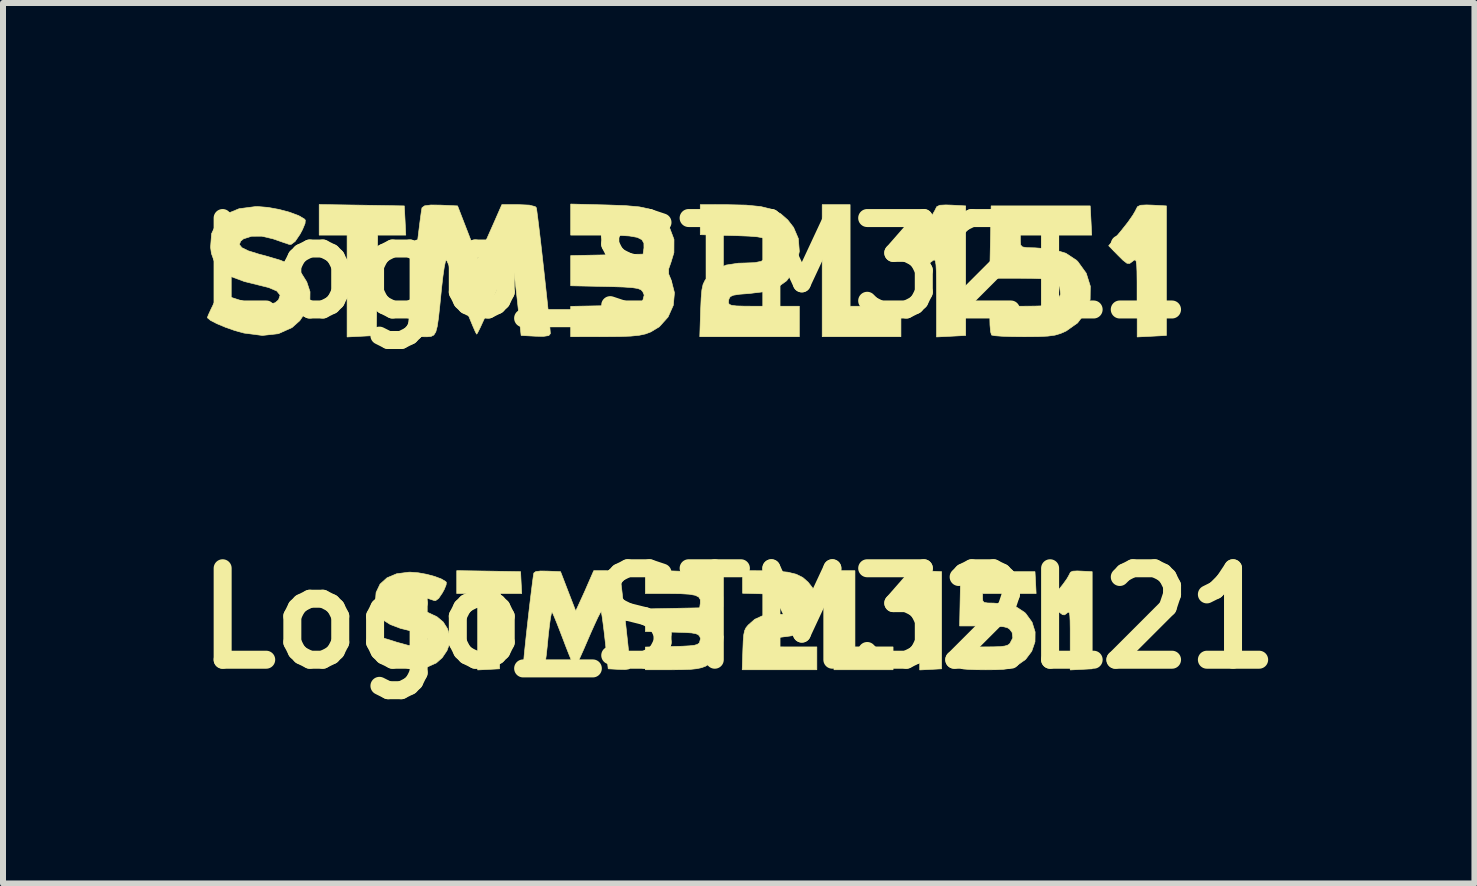
<source format=kicad_pcb>
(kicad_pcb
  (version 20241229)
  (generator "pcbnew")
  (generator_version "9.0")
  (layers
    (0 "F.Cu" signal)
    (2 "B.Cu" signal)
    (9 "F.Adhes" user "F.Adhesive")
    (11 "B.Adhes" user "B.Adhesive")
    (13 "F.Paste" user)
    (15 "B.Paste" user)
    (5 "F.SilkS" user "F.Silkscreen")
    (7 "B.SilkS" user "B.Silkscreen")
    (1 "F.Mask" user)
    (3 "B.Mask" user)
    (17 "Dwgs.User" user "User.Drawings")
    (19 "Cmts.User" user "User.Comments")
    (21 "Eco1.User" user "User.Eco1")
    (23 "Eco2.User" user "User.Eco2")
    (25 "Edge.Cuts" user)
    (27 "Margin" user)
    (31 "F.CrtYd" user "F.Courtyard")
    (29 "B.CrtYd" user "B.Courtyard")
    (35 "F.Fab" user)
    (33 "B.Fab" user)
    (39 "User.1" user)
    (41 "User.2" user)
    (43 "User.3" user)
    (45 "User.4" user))
  (footprint "Logo_STM32L21"
    (layer "F.Cu")
    (at 9.26 7.254)
    (property "Reference" "Logo_STM32L21" (at 0 0 0) (layer "F.SilkS") (effects (font (size 1.524 1.524) (thickness 0.3))))
    (attr through_hole)
    (fp_poly (pts (xy 1.937 0.476) (xy 2.572 0.476) (xy 2.572 0.857) (xy 1.587 0.857) (xy 1.587 -0.794) (xy 1.937 -0.794) (xy 1.937 0.476)) (stroke (width 0.01) (type solid)) (fill yes) (layer "F.SilkS"))
    (fp_poly (pts (xy -4.167 -0.787) (xy -3.635 -0.778) (xy -3.626 -0.595) (xy -3.616 -0.413) (xy -3.792 -0.413) (xy -3.967 -0.413) (xy -3.976 0.214) (xy -3.985 0.841) (xy -4.167 0.851) (xy -4.35 0.86) (xy -4.35 -0.413) (xy -4.699 -0.413) (xy -4.699 -0.795) (xy -4.167 -0.787)) (stroke (width 0.01) (type solid)) (fill yes) (layer "F.SilkS"))
    (fp_poly (pts (xy 3.201 -0.787) (xy 3.381 -0.778) (xy 3.381 0.841) (xy 3.199 0.851) (xy 3.016 0.86) (xy 3.016 0.362) (xy 3.016 0.175) (xy 3.014 0.043) (xy 3.01 -0.042) (xy 3.003 -0.088) (xy 2.99 -0.104) (xy 2.973 -0.097) (xy 2.959 -0.085) (xy 2.922 -0.058) (xy 2.888 -0.061) (xy 2.839 -0.098) (xy 2.781 -0.156) (xy 2.66 -0.28) (xy 2.82 -0.472) (xy 2.899 -0.572) (xy 2.962 -0.662) (xy 2.998 -0.724) (xy 3 -0.73) (xy 3.02 -0.768) (xy 3.058 -0.786) (xy 3.133 -0.79) (xy 3.201 -0.787)) (stroke (width 0.01) (type solid)) (fill yes) (layer "F.SilkS"))
    (fp_poly (pts (xy 5.71 -0.787) (xy 5.89 -0.778) (xy 5.89 0.841) (xy 5.707 0.851) (xy 5.524 0.86) (xy 5.524 0.362) (xy 5.524 0.175) (xy 5.522 0.043) (xy 5.518 -0.042) (xy 5.511 -0.088) (xy 5.499 -0.104) (xy 5.481 -0.097) (xy 5.467 -0.085) (xy 5.43 -0.058) (xy 5.396 -0.061) (xy 5.347 -0.098) (xy 5.289 -0.156) (xy 5.168 -0.28) (xy 5.328 -0.472) (xy 5.407 -0.572) (xy 5.471 -0.662) (xy 5.506 -0.724) (xy 5.509 -0.73) (xy 5.528 -0.768) (xy 5.567 -0.786) (xy 5.641 -0.79) (xy 5.71 -0.787)) (stroke (width 0.01) (type solid)) (fill yes) (layer "F.SilkS"))
    (fp_poly (pts (xy 4.947 -0.595) (xy 4.956 -0.413) (xy 4.064 -0.413) (xy 4.064 -0.333) (xy 4.068 -0.289) (xy 4.091 -0.265) (xy 4.148 -0.256) (xy 4.247 -0.254) (xy 4.463 -0.237) (xy 4.632 -0.186) (xy 4.765 -0.098) (xy 4.782 -0.082) (xy 4.888 0.064) (xy 4.939 0.226) (xy 4.937 0.391) (xy 4.883 0.548) (xy 4.78 0.685) (xy 4.636 0.786) (xy 4.567 0.817) (xy 4.496 0.838) (xy 4.408 0.85) (xy 4.287 0.856) (xy 4.119 0.857) (xy 4.11 0.857) (xy 3.96 0.856) (xy 3.833 0.851) (xy 3.744 0.844) (xy 3.704 0.836) (xy 3.704 0.836) (xy 3.692 0.795) (xy 3.685 0.712) (xy 3.683 0.646) (xy 3.683 0.476) (xy 4.075 0.476) (xy 4.243 0.475) (xy 4.36 0.471) (xy 4.436 0.461) (xy 4.484 0.446) (xy 4.516 0.422) (xy 4.519 0.418) (xy 4.567 0.327) (xy 4.556 0.236) (xy 4.514 0.18) (xy 4.477 0.156) (xy 4.419 0.141) (xy 4.329 0.132) (xy 4.195 0.128) (xy 4.069 0.127) (xy 3.681 0.127) (xy 3.69 -0.325) (xy 3.699 -0.778) (xy 4.937 -0.778) (xy 4.947 -0.595)) (stroke (width 0.01) (type solid)) (fill yes) (layer "F.SilkS"))
    (fp_poly (pts (xy -1.087 -0.789) (xy -0.867 -0.781) (xy -0.699 -0.765) (xy -0.574 -0.74) (xy -0.481 -0.7) (xy -0.41 -0.642) (xy -0.35 -0.563) (xy -0.326 -0.522) (xy -0.265 -0.36) (xy -0.265 -0.194) (xy -0.302 -0.072) (xy -0.332 0.011) (xy -0.33 0.074) (xy -0.299 0.153) (xy -0.258 0.307) (xy -0.273 0.464) (xy -0.338 0.611) (xy -0.447 0.732) (xy -0.552 0.797) (xy -0.619 0.822) (xy -0.699 0.839) (xy -0.804 0.85) (xy -0.947 0.855) (xy -1.119 0.857) (xy -1.556 0.857) (xy -1.556 0.478) (xy -1.123 0.469) (xy -0.945 0.465) (xy -0.821 0.458) (xy -0.739 0.449) (xy -0.689 0.434) (xy -0.661 0.414) (xy -0.654 0.405) (xy -0.636 0.336) (xy -0.654 0.294) (xy -0.677 0.271) (xy -0.717 0.255) (xy -0.785 0.243) (xy -0.892 0.236) (xy -1.049 0.231) (xy -1.123 0.229) (xy -1.556 0.22) (xy -1.556 -0.157) (xy -1.103 -0.166) (xy -0.651 -0.175) (xy -0.64 -0.252) (xy -0.64 -0.312) (xy -0.666 -0.355) (xy -0.724 -0.384) (xy -0.824 -0.402) (xy -0.972 -0.411) (xy -1.149 -0.413) (xy -1.556 -0.413) (xy -1.556 -0.801) (xy -1.087 -0.789)) (stroke (width 0.01) (type solid)) (fill yes) (layer "F.SilkS"))
    (fp_poly (pts (xy 0.405 -0.793) (xy 0.638 -0.787) (xy 0.819 -0.769) (xy 0.958 -0.735) (xy 1.068 -0.68) (xy 1.157 -0.602) (xy 1.23 -0.508) (xy 1.289 -0.37) (xy 1.302 -0.209) (xy 1.269 -0.046) (xy 1.232 0.037) (xy 1.143 0.157) (xy 1.03 0.24) (xy 0.88 0.291) (xy 0.683 0.317) (xy 0.556 0.327) (xy 0.479 0.338) (xy 0.439 0.356) (xy 0.422 0.386) (xy 0.418 0.405) (xy 0.416 0.433) (xy 0.425 0.453) (xy 0.455 0.465) (xy 0.515 0.472) (xy 0.615 0.475) (xy 0.764 0.476) (xy 0.855 0.476) (xy 1.302 0.476) (xy 1.302 0.857) (xy 0.058 0.857) (xy 0.069 0.526) (xy 0.075 0.375) (xy 0.084 0.272) (xy 0.099 0.203) (xy 0.123 0.154) (xy 0.159 0.111) (xy 0.267 0.016) (xy 0.387 -0.039) (xy 0.539 -0.062) (xy 0.618 -0.064) (xy 0.742 -0.068) (xy 0.823 -0.084) (xy 0.878 -0.116) (xy 0.889 -0.127) (xy 0.944 -0.204) (xy 0.941 -0.278) (xy 0.907 -0.335) (xy 0.882 -0.361) (xy 0.842 -0.38) (xy 0.776 -0.392) (xy 0.673 -0.4) (xy 0.522 -0.406) (xy 0.463 -0.407) (xy 0.064 -0.418) (xy 0.064 -0.794) (xy 0.405 -0.793)) (stroke (width 0.01) (type solid)) (fill yes) (layer "F.SilkS"))
    (fp_poly (pts (xy -5.339 -0.759) (xy -5.2 -0.734) (xy -5.066 -0.698) (xy -4.955 -0.656) (xy -4.884 -0.614) (xy -4.872 -0.6) (xy -4.876 -0.558) (xy -4.907 -0.482) (xy -4.938 -0.425) (xy -5 -0.333) (xy -5.05 -0.296) (xy -5.075 -0.297) (xy -5.135 -0.317) (xy -5.228 -0.349) (xy -5.278 -0.367) (xy -5.416 -0.399) (xy -5.545 -0.398) (xy -5.645 -0.366) (xy -5.68 -0.337) (xy -5.696 -0.295) (xy -5.666 -0.255) (xy -5.584 -0.216) (xy -5.447 -0.174) (xy -5.379 -0.156) (xy -5.176 -0.096) (xy -5.028 -0.026) (xy -4.924 0.061) (xy -4.854 0.172) (xy -4.814 0.295) (xy -4.815 0.41) (xy -4.861 0.537) (xy -4.941 0.656) (xy -5.039 0.743) (xy -5.208 0.819) (xy -5.408 0.842) (xy -5.639 0.812) (xy -5.752 0.781) (xy -5.87 0.739) (xy -5.977 0.695) (xy -6.057 0.653) (xy -6.095 0.622) (xy -6.096 0.617) (xy -6.083 0.584) (xy -6.052 0.516) (xy -6.013 0.435) (xy -5.977 0.364) (xy -5.954 0.325) (xy -5.953 0.324) (xy -5.922 0.329) (xy -5.845 0.351) (xy -5.737 0.385) (xy -5.698 0.398) (xy -5.504 0.451) (xy -5.355 0.462) (xy -5.249 0.432) (xy -5.206 0.396) (xy -5.187 0.338) (xy -5.229 0.286) (xy -5.332 0.243) (xy -5.408 0.224) (xy -5.634 0.168) (xy -5.804 0.104) (xy -5.925 0.028) (xy -6.003 -0.066) (xy -6.046 -0.183) (xy -6.056 -0.261) (xy -6.043 -0.431) (xy -5.977 -0.57) (xy -5.861 -0.675) (xy -5.7 -0.743) (xy -5.497 -0.769) (xy -5.466 -0.769) (xy -5.339 -0.759)) (stroke (width 0.01) (type solid)) (fill yes) (layer "F.SilkS"))
    (fp_poly (pts (xy -2.072 -0.787) (xy -1.998 -0.769) (xy -1.985 -0.754) (xy -1.978 -0.714) (xy -1.966 -0.622) (xy -1.95 -0.488) (xy -1.931 -0.323) (xy -1.91 -0.138) (xy -1.888 0.057) (xy -1.867 0.25) (xy -1.847 0.432) (xy -1.831 0.59) (xy -1.818 0.715) (xy -1.811 0.796) (xy -1.81 0.819) (xy -1.829 0.843) (xy -1.895 0.853) (xy -1.992 0.851) (xy -2.175 0.841) (xy -2.226 0.372) (xy -2.245 0.207) (xy -2.263 0.065) (xy -2.278 -0.042) (xy -2.289 -0.103) (xy -2.292 -0.112) (xy -2.309 -0.089) (xy -2.346 -0.018) (xy -2.398 0.094) (xy -2.462 0.236) (xy -2.511 0.349) (xy -2.58 0.509) (xy -2.641 0.645) (xy -2.69 0.75) (xy -2.721 0.812) (xy -2.731 0.825) (xy -2.747 0.797) (xy -2.78 0.72) (xy -2.828 0.603) (xy -2.885 0.458) (xy -2.917 0.373) (xy -2.978 0.214) (xy -3.032 0.076) (xy -3.075 -0.029) (xy -3.103 -0.092) (xy -3.11 -0.104) (xy -3.121 -0.084) (xy -3.136 -0.012) (xy -3.152 0.102) (xy -3.169 0.245) (xy -3.171 0.261) (xy -3.191 0.469) (xy -3.208 0.622) (xy -3.223 0.729) (xy -3.242 0.797) (xy -3.267 0.836) (xy -3.301 0.854) (xy -3.348 0.858) (xy -3.412 0.857) (xy -3.417 0.857) (xy -3.515 0.855) (xy -3.566 0.844) (xy -3.585 0.816) (xy -3.588 0.779) (xy -3.584 0.721) (xy -3.575 0.614) (xy -3.56 0.469) (xy -3.542 0.296) (xy -3.521 0.107) (xy -3.499 -0.087) (xy -3.477 -0.275) (xy -3.456 -0.447) (xy -3.438 -0.591) (xy -3.424 -0.696) (xy -3.415 -0.751) (xy -3.413 -0.756) (xy -3.382 -0.779) (xy -3.303 -0.789) (xy -3.184 -0.787) (xy -2.969 -0.778) (xy -2.843 -0.45) (xy -2.716 -0.122) (xy -2.66 -0.244) (xy -2.618 -0.336) (xy -2.562 -0.459) (xy -2.51 -0.579) (xy -2.416 -0.794) (xy -2.207 -0.794) (xy -2.072 -0.787)) (stroke (width 0.01) (type solid)) (fill yes) (layer "F.SilkS")))
  (footprint "Logo_STM32L1"
    (layer "F.Cu")
    (at 8.534 1.418)
    (property "Reference" "Logo_STM32L1" (at 0 0 0) (layer "F.SilkS") (effects (font (size 1.524 1.524) (thickness 0.3))))
    (attr through_hole)
    (fp_poly (pts (xy 2.582 0.635) (xy 3.429 0.635) (xy 3.429 1.143) (xy 2.117 1.143) (xy 2.117 -1.058) (xy 2.582 -1.058) (xy 2.582 0.635)) (stroke (width 0.01) (type solid)) (fill yes) (layer "F.SilkS"))
    (fp_poly (pts (xy -5.556 -1.049) (xy -4.847 -1.037) (xy -4.834 -0.794) (xy -4.822 -0.55) (xy -5.29 -0.55) (xy -5.301 0.286) (xy -5.313 1.122) (xy -5.556 1.135) (xy -5.8 1.147) (xy -5.8 -0.55) (xy -6.265 -0.55) (xy -6.265 -1.06) (xy -5.556 -1.049)) (stroke (width 0.01) (type solid)) (fill yes) (layer "F.SilkS"))
    (fp_poly (pts (xy 4.269 -1.05) (xy 4.508 -1.037) (xy 4.508 1.122) (xy 4.265 1.135) (xy 4.022 1.147) (xy 4.022 0.482) (xy 4.021 0.233) (xy 4.019 0.057) (xy 4.013 -0.056) (xy 4.003 -0.118) (xy 3.987 -0.138) (xy 3.964 -0.129) (xy 3.945 -0.113) (xy 3.896 -0.078) (xy 3.85 -0.081) (xy 3.785 -0.131) (xy 3.707 -0.208) (xy 3.546 -0.373) (xy 3.759 -0.629) (xy 3.865 -0.763) (xy 3.95 -0.883) (xy 3.997 -0.965) (xy 4.001 -0.974) (xy 4.026 -1.024) (xy 4.078 -1.048) (xy 4.177 -1.053) (xy 4.269 -1.05)) (stroke (width 0.01) (type solid)) (fill yes) (layer "F.SilkS"))
    (fp_poly (pts (xy 7.613 -1.05) (xy 7.853 -1.037) (xy 7.853 1.122) (xy 7.609 1.135) (xy 7.366 1.147) (xy 7.366 0.482) (xy 7.366 0.233) (xy 7.363 0.057) (xy 7.358 -0.056) (xy 7.348 -0.118) (xy 7.332 -0.138) (xy 7.308 -0.129) (xy 7.289 -0.113) (xy 7.241 -0.078) (xy 7.195 -0.081) (xy 7.13 -0.131) (xy 7.052 -0.208) (xy 6.891 -0.373) (xy 7.104 -0.629) (xy 7.21 -0.763) (xy 7.294 -0.883) (xy 7.342 -0.965) (xy 7.345 -0.974) (xy 7.371 -1.024) (xy 7.422 -1.048) (xy 7.522 -1.053) (xy 7.613 -1.05)) (stroke (width 0.01) (type solid)) (fill yes) (layer "F.SilkS"))
    (fp_poly (pts (xy 6.596 -0.794) (xy 6.608 -0.55) (xy 5.419 -0.55) (xy 5.419 -0.445) (xy 5.424 -0.385) (xy 5.455 -0.353) (xy 5.531 -0.341) (xy 5.662 -0.338) (xy 5.95 -0.316) (xy 6.177 -0.248) (xy 6.354 -0.131) (xy 6.376 -0.11) (xy 6.517 0.085) (xy 6.585 0.301) (xy 6.582 0.521) (xy 6.51 0.731) (xy 6.373 0.913) (xy 6.182 1.048) (xy 6.09 1.089) (xy 5.995 1.117) (xy 5.877 1.133) (xy 5.716 1.141) (xy 5.492 1.143) (xy 5.48 1.143) (xy 5.28 1.141) (xy 5.111 1.135) (xy 4.992 1.126) (xy 4.939 1.115) (xy 4.939 1.115) (xy 4.923 1.06) (xy 4.913 0.949) (xy 4.911 0.861) (xy 4.911 0.635) (xy 5.433 0.635) (xy 5.658 0.633) (xy 5.813 0.628) (xy 5.915 0.615) (xy 5.979 0.594) (xy 6.021 0.563) (xy 6.026 0.558) (xy 6.089 0.437) (xy 6.074 0.314) (xy 6.019 0.239) (xy 5.969 0.209) (xy 5.892 0.188) (xy 5.772 0.176) (xy 5.593 0.17) (xy 5.425 0.169) (xy 4.908 0.169) (xy 4.92 -0.434) (xy 4.932 -1.037) (xy 6.583 -1.037) (xy 6.596 -0.794)) (stroke (width 0.01) (type solid)) (fill yes) (layer "F.SilkS"))
    (fp_poly (pts (xy -1.45 -1.052) (xy -1.156 -1.041) (xy -0.932 -1.021) (xy -0.765 -0.986) (xy -0.641 -0.933) (xy -0.546 -0.856) (xy -0.467 -0.751) (xy -0.435 -0.696) (xy -0.353 -0.479) (xy -0.354 -0.258) (xy -0.403 -0.097) (xy -0.442 0.014) (xy -0.441 0.099) (xy -0.398 0.204) (xy -0.345 0.41) (xy -0.364 0.619) (xy -0.451 0.814) (xy -0.596 0.976) (xy -0.737 1.062) (xy -0.826 1.096) (xy -0.932 1.119) (xy -1.072 1.133) (xy -1.263 1.14) (xy -1.492 1.142) (xy -2.074 1.143) (xy -2.074 0.637) (xy -1.497 0.626) (xy -1.26 0.619) (xy -1.094 0.611) (xy -0.985 0.598) (xy -0.919 0.579) (xy -0.882 0.552) (xy -0.873 0.54) (xy -0.849 0.449) (xy -0.873 0.392) (xy -0.902 0.361) (xy -0.956 0.339) (xy -1.047 0.325) (xy -1.19 0.315) (xy -1.398 0.308) (xy -1.497 0.306) (xy -2.074 0.294) (xy -2.074 -0.209) (xy -1.471 -0.221) (xy -0.868 -0.233) (xy -0.853 -0.336) (xy -0.854 -0.416) (xy -0.888 -0.474) (xy -0.966 -0.513) (xy -1.098 -0.536) (xy -1.296 -0.548) (xy -1.532 -0.55) (xy -2.074 -0.55) (xy -2.074 -1.068) (xy -1.45 -1.052)) (stroke (width 0.01) (type solid)) (fill yes) (layer "F.SilkS"))
    (fp_poly (pts (xy 0.54 -1.057) (xy 0.85 -1.05) (xy 1.092 -1.026) (xy 1.278 -0.98) (xy 1.424 -0.907) (xy 1.543 -0.803) (xy 1.64 -0.678) (xy 1.719 -0.494) (xy 1.736 -0.279) (xy 1.692 -0.061) (xy 1.642 0.049) (xy 1.525 0.21) (xy 1.373 0.32) (xy 1.173 0.389) (xy 0.911 0.422) (xy 0.741 0.435) (xy 0.639 0.451) (xy 0.585 0.475) (xy 0.563 0.514) (xy 0.558 0.54) (xy 0.555 0.577) (xy 0.567 0.603) (xy 0.607 0.62) (xy 0.687 0.63) (xy 0.82 0.634) (xy 1.019 0.635) (xy 1.14 0.635) (xy 1.736 0.635) (xy 1.736 1.143) (xy 0.077 1.143) (xy 0.091 0.702) (xy 0.1 0.5) (xy 0.112 0.363) (xy 0.132 0.271) (xy 0.163 0.206) (xy 0.212 0.147) (xy 0.356 0.022) (xy 0.516 -0.051) (xy 0.719 -0.082) (xy 0.823 -0.085) (xy 0.99 -0.091) (xy 1.097 -0.112) (xy 1.17 -0.155) (xy 1.185 -0.169) (xy 1.259 -0.272) (xy 1.255 -0.371) (xy 1.21 -0.447) (xy 1.176 -0.482) (xy 1.122 -0.506) (xy 1.035 -0.522) (xy 0.898 -0.533) (xy 0.696 -0.541) (xy 0.617 -0.543) (xy 0.085 -0.557) (xy 0.085 -1.058) (xy 0.54 -1.057)) (stroke (width 0.01) (type solid)) (fill yes) (layer "F.SilkS"))
    (fp_poly (pts (xy -7.119 -1.012) (xy -6.933 -0.978) (xy -6.755 -0.93) (xy -6.607 -0.875) (xy -6.512 -0.819) (xy -6.496 -0.8) (xy -6.501 -0.744) (xy -6.543 -0.643) (xy -6.584 -0.566) (xy -6.666 -0.445) (xy -6.733 -0.395) (xy -6.767 -0.396) (xy -6.847 -0.423) (xy -6.97 -0.466) (xy -7.037 -0.489) (xy -7.222 -0.532) (xy -7.393 -0.531) (xy -7.526 -0.488) (xy -7.574 -0.449) (xy -7.595 -0.393) (xy -7.554 -0.341) (xy -7.446 -0.288) (xy -7.262 -0.231) (xy -7.172 -0.208) (xy -6.902 -0.128) (xy -6.704 -0.035) (xy -6.565 0.081) (xy -6.472 0.23) (xy -6.418 0.393) (xy -6.42 0.546) (xy -6.481 0.716) (xy -6.588 0.875) (xy -6.718 0.991) (xy -6.944 1.092) (xy -7.211 1.122) (xy -7.519 1.082) (xy -7.669 1.041) (xy -7.826 0.986) (xy -7.969 0.926) (xy -8.076 0.871) (xy -8.126 0.829) (xy -8.128 0.823) (xy -8.111 0.778) (xy -8.069 0.687) (xy -8.017 0.58) (xy -7.969 0.486) (xy -7.939 0.434) (xy -7.938 0.432) (xy -7.896 0.439) (xy -7.793 0.468) (xy -7.65 0.514) (xy -7.597 0.531) (xy -7.338 0.601) (xy -7.14 0.616) (xy -6.999 0.577) (xy -6.942 0.528) (xy -6.916 0.45) (xy -6.972 0.381) (xy -7.109 0.323) (xy -7.21 0.298) (xy -7.512 0.223) (xy -7.739 0.139) (xy -7.9 0.037) (xy -8.004 -0.088) (xy -8.061 -0.244) (xy -8.075 -0.348) (xy -8.058 -0.575) (xy -7.969 -0.761) (xy -7.815 -0.901) (xy -7.6 -0.99) (xy -7.33 -1.025) (xy -7.289 -1.026) (xy -7.119 -1.012)) (stroke (width 0.01) (type solid)) (fill yes) (layer "F.SilkS"))
    (fp_poly (pts (xy -2.763 -1.05) (xy -2.665 -1.025) (xy -2.646 -1.005) (xy -2.638 -0.952) (xy -2.622 -0.829) (xy -2.6 -0.65) (xy -2.574 -0.431) (xy -2.546 -0.184) (xy -2.517 0.076) (xy -2.489 0.334) (xy -2.463 0.575) (xy -2.441 0.787) (xy -2.424 0.954) (xy -2.415 1.062) (xy -2.413 1.092) (xy -2.439 1.124) (xy -2.526 1.137) (xy -2.656 1.135) (xy -2.9 1.122) (xy -2.968 0.496) (xy -2.993 0.275) (xy -3.017 0.086) (xy -3.037 -0.056) (xy -3.052 -0.137) (xy -3.056 -0.149) (xy -3.078 -0.119) (xy -3.128 -0.024) (xy -3.198 0.125) (xy -3.283 0.315) (xy -3.348 0.466) (xy -3.44 0.678) (xy -3.522 0.861) (xy -3.586 1) (xy -3.628 1.083) (xy -3.641 1.1) (xy -3.662 1.063) (xy -3.707 0.96) (xy -3.771 0.805) (xy -3.846 0.611) (xy -3.89 0.497) (xy -3.971 0.286) (xy -4.043 0.102) (xy -4.1 -0.039) (xy -4.137 -0.123) (xy -4.146 -0.138) (xy -4.161 -0.112) (xy -4.181 -0.016) (xy -4.203 0.136) (xy -4.225 0.327) (xy -4.227 0.348) (xy -4.255 0.626) (xy -4.277 0.83) (xy -4.298 0.972) (xy -4.322 1.063) (xy -4.355 1.115) (xy -4.401 1.138) (xy -4.465 1.144) (xy -4.55 1.143) (xy -4.556 1.143) (xy -4.687 1.14) (xy -4.755 1.125) (xy -4.78 1.088) (xy -4.784 1.039) (xy -4.779 0.962) (xy -4.766 0.819) (xy -4.746 0.625) (xy -4.722 0.395) (xy -4.694 0.143) (xy -4.665 -0.116) (xy -4.636 -0.367) (xy -4.608 -0.596) (xy -4.584 -0.788) (xy -4.565 -0.928) (xy -4.553 -1.002) (xy -4.551 -1.007) (xy -4.509 -1.038) (xy -4.404 -1.052) (xy -4.245 -1.05) (xy -3.959 -1.037) (xy -3.79 -0.6) (xy -3.622 -0.163) (xy -3.547 -0.325) (xy -3.49 -0.448) (xy -3.417 -0.613) (xy -3.346 -0.773) (xy -3.221 -1.058) (xy -2.943 -1.058) (xy -2.763 -1.05)) (stroke (width 0.01) (type solid)) (fill yes) (layer "F.SilkS")))
  (gr_rect
    (start -3 -3)
    (end 21.52 11.672)
    (stroke (width 0.1) (type default))
    (fill no)
    (layer "Edge.Cuts")))
</source>
